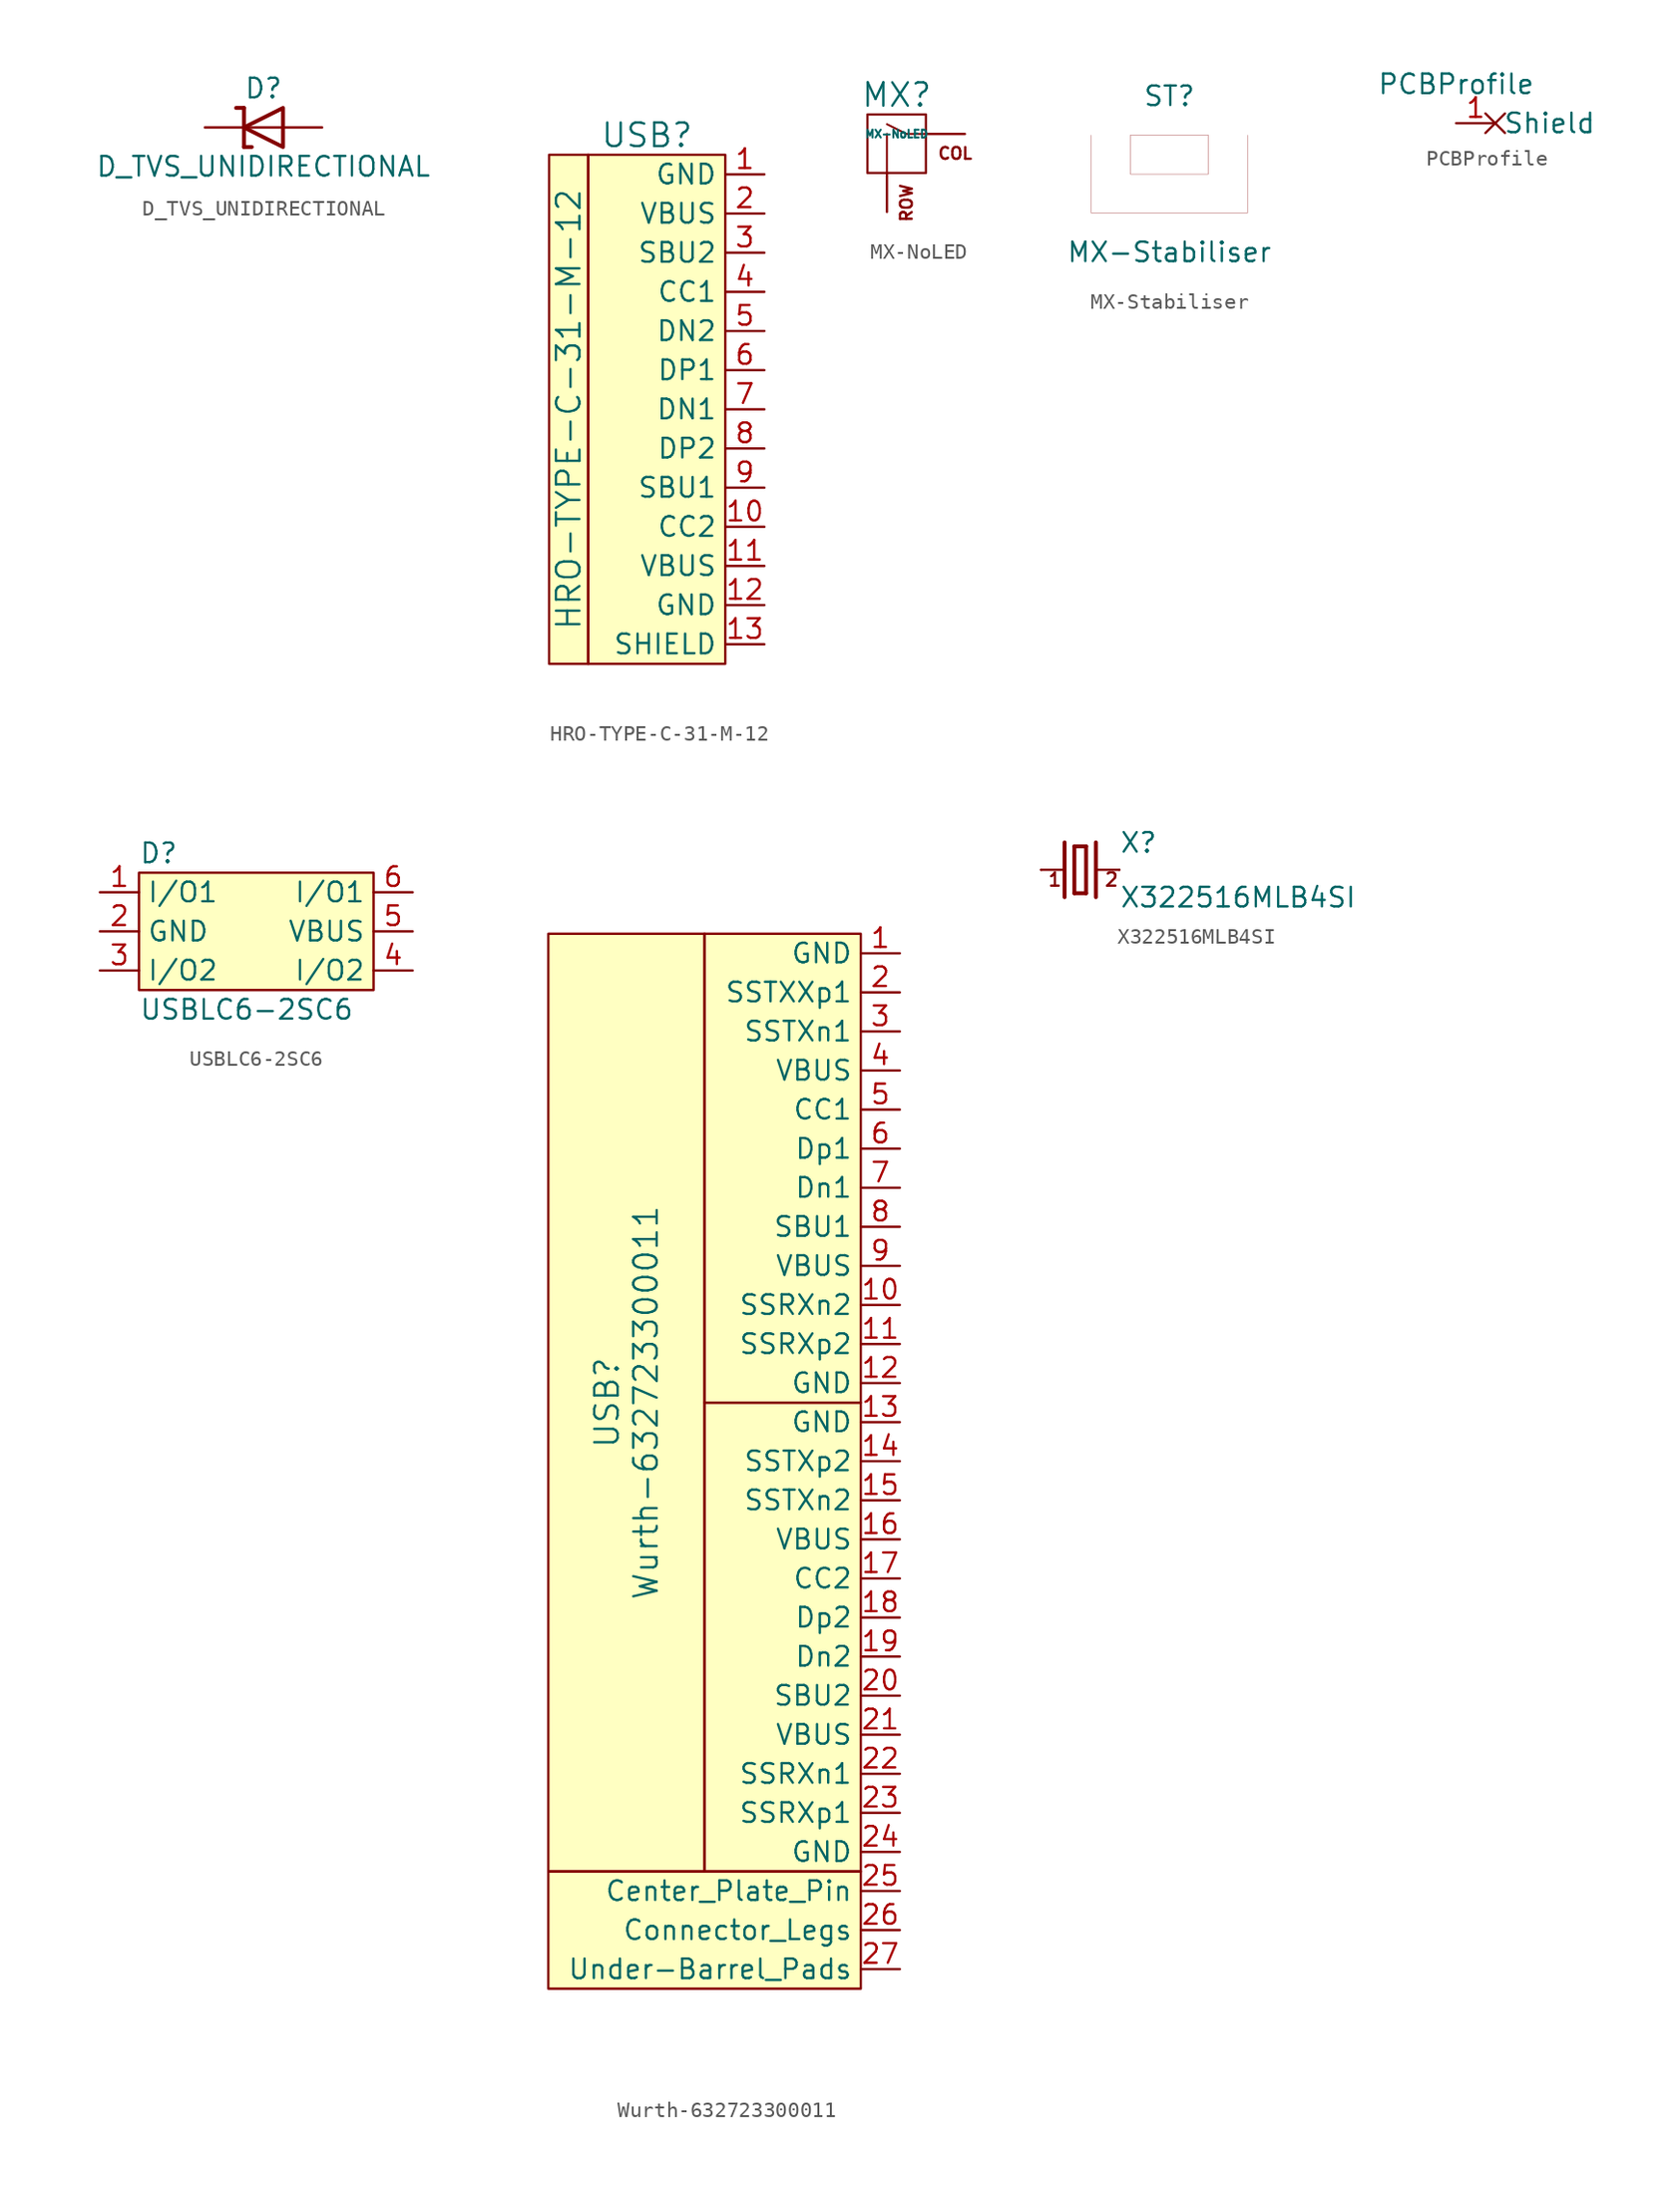
<source format=kicad_sym>
(kicad_symbol_lib
  (version 20200126)
  (host kicad_symbol_editor "(5.99.0-1918-g94cd0cf3a)")
  (symbol "BMEK:D_TVS_UNIDIRECTIONAL"
    (pin_numbers hide)
    (pin_names hide)
    (property "Reference" "D"
      (at 0 2.54 0)
      (effects (font (size 1.27 1.27))))
    (property "Value" "D_TVS_UNIDIRECTIONAL"
      (at 0 -2.54 0)
      (effects (font (size 1.27 1.27))))
    (symbol "D_TVS_UNIDIRECTIONAL_0_1"
      (polyline (pts (xy -1.27 1.27) (xy -1.27 -1.27)) (stroke (width 0.254)) (fill (type none)))
      (polyline (pts (xy 1.27 0) (xy -1.27 0)) (stroke (width 0)) (fill (type none)))
      (polyline (pts (xy 1.27 1.27) (xy 1.27 -1.27) (xy -1.27 0) (xy 1.27 1.27)) (stroke (width 0.254)) (fill (type none)))
      (polyline (pts (xy -1.27 1.27) (xy -1.778 1.27)) (stroke (width 0.254)) (fill (type none)))
      (polyline (pts (xy -1.27 -1.27) (xy -0.762 -1.27)) (stroke (width 0.254)) (fill (type none))))
    (symbol "D_TVS_UNIDIRECTIONAL_1_1"
      (pin passive line (at -3.81 0 0) (length 2.54) (name "K" (effects (font (size 1.27 1.27)))) (number "1" (effects (font (size 1.27 1.27)))))
      (pin passive line (at 3.81 0 180) (length 2.54) (name "A" (effects (font (size 1.27 1.27)))) (number "2" (effects (font (size 1.27 1.27)))))))
  (symbol "BMEK:HRO-TYPE-C-31-M-12"
    (property "Reference" "USB"
      (at -5.08 16.51 0)
      (effects (font (size 1.524 1.524))))
    (property "Value" "HRO-TYPE-C-31-M-12"
      (at -10.16 -1.27 90)
      (effects (font (size 1.524 1.524))))
    (symbol "HRO-TYPE-C-31-M-12_0_1"
      (rectangle (start -11.43 15.24) (end -8.89 -17.78) (stroke (width 0)) (fill (type background)))
      (rectangle (start 0 -17.78) (end -8.89 15.24) (stroke (width 0)) (fill (type background))))
    (symbol "HRO-TYPE-C-31-M-12_1_1"
      (pin input line (at 2.54 13.97 180) (length 2.54) (name "GND" (effects (font (size 1.27 1.27)))) (number "1" (effects (font (size 1.27 1.27)))))
      (pin input line (at 2.54 11.43 180) (length 2.54) (name "VBUS" (effects (font (size 1.27 1.27)))) (number "2" (effects (font (size 1.27 1.27)))))
      (pin input line (at 2.54 8.89 180) (length 2.54) (name "SBU2" (effects (font (size 1.27 1.27)))) (number "3" (effects (font (size 1.27 1.27)))))
      (pin input line (at 2.54 6.35 180) (length 2.54) (name "CC1" (effects (font (size 1.27 1.27)))) (number "4" (effects (font (size 1.27 1.27)))))
      (pin input line (at 2.54 3.81 180) (length 2.54) (name "DN2" (effects (font (size 1.27 1.27)))) (number "5" (effects (font (size 1.27 1.27)))))
      (pin input line (at 2.54 1.27 180) (length 2.54) (name "DP1" (effects (font (size 1.27 1.27)))) (number "6" (effects (font (size 1.27 1.27)))))
      (pin input line (at 2.54 -1.27 180) (length 2.54) (name "DN1" (effects (font (size 1.27 1.27)))) (number "7" (effects (font (size 1.27 1.27)))))
      (pin input line (at 2.54 -3.81 180) (length 2.54) (name "DP2" (effects (font (size 1.27 1.27)))) (number "8" (effects (font (size 1.27 1.27)))))
      (pin input line (at 2.54 -6.35 180) (length 2.54) (name "SBU1" (effects (font (size 1.27 1.27)))) (number "9" (effects (font (size 1.27 1.27)))))
      (pin input line (at 2.54 -8.89 180) (length 2.54) (name "CC2" (effects (font (size 1.27 1.27)))) (number "10" (effects (font (size 1.27 1.27)))))
      (pin input line (at 2.54 -11.43 180) (length 2.54) (name "VBUS" (effects (font (size 1.27 1.27)))) (number "11" (effects (font (size 1.27 1.27)))))
      (pin input line (at 2.54 -13.97 180) (length 2.54) (name "GND" (effects (font (size 1.27 1.27)))) (number "12" (effects (font (size 1.27 1.27)))))
      (pin input line (at 2.54 -16.51 180) (length 2.54) (name "SHIELD" (effects (font (size 1.27 1.27)))) (number "13" (effects (font (size 1.27 1.27)))))))
  (symbol "BMEK:MX-NoLED"
    (property "Reference" "MX"
      (at -0.635 3.81 0)
      (effects (font (size 1.524 1.524))))
    (property "Value" "MX-NoLED"
      (at -0.635 1.27 0)
      (effects (font (size 0.508 0.508))))
    (symbol "MX-NoLED_0_0"
      (text "COL" (at 3.175 0 0) (effects (font (size 0.762 0.762))))
      (text "ROW" (at 0 -1.905 900) (effects (font (size 0.762 0.762)) (justify right)))
      (rectangle (start -2.54 2.54) (end 1.27 -1.27) (stroke (width 0)) (fill (type none)))
      (polyline (pts (xy -1.27 -1.27) (xy -1.27 1.27)) (stroke (width 0.127)) (fill (type none)))
      (polyline (pts (xy 1.27 1.27) (xy 0 1.27) (xy -1.27 1.905)) (stroke (width 0.127)) (fill (type none))))
    (symbol "MX-NoLED_1_1"
      (pin passive line (at 3.81 1.27 180) (length 2.54) (name "COL" (effects (font (size 0 0)))) (number "1" (effects (font (size 0 0)))))
      (pin passive line (at -1.27 -3.81 90) (length 2.54) (name "ROW" (effects (font (size 0 0)))) (number "2" (effects (font (size 0 0)))))))
  (symbol "BMEK:MX-Stabiliser"
    (pin_numbers hide)
    (pin_names
      (offset 0) hide)
    (property "Reference" "ST"
      (at 0 5.08 0)
      (effects (font (size 1.27 1.27))))
    (property "Value" "MX-Stabiliser"
      (at 0 -5.08 0)
      (effects (font (size 1.27 1.27))))
    (symbol "MX-Stabiliser_0_1"
      (rectangle (start -2.54 2.54) (end 2.54 0) (stroke (width 0.001)) (fill (type none)))
      (polyline (pts (xy -5.08 2.54) (xy -5.08 -2.54) (xy 5.08 -2.54) (xy 5.08 2.54)) (stroke (width 0.001)) (fill (type none)))))
  (symbol "BMEK:PCBProfile"
    (property "Reference" "V"
      (at 7.62 2.54 0)
      (effects (font (size 1.27 1.27)) hide))
    (property "Value" "PCBProfile"
      (at 0 2.54 0)
      (effects (font (size 1.27 1.27))))
    (symbol "PCBProfile_0_0"
      (pin power_in non_logic (at 0 0 0) (length 2.54) (name "Shield" (effects (font (size 1.27 1.27)))) (number "1" (effects (font (size 1.27 1.27)))))))
  (symbol "BMEK:USBLC6-2SC6"
    (property "Reference" "D"
      (at -7.62 5.08 0)
      (effects (font (size 1.27 1.27)) (justify left)))
    (property "Value" "USBLC6-2SC6"
      (at -7.62 -5.08 0)
      (effects (font (size 1.27 1.27)) (justify left)))
    (symbol "USBLC6-2SC6_0_1"
      (rectangle (start -7.62 3.81) (end 7.62 -3.81) (stroke (width 0)) (fill (type background))))
    (symbol "USBLC6-2SC6_0_0"
      (pin passive line (at -10.16 2.54 0) (length 2.54) (name "I/O1" (effects (font (size 1.27 1.27)))) (number "1" (effects (font (size 1.27 1.27)))))
      (pin power_in line (at -10.16 0 0) (length 2.54) (name "GND" (effects (font (size 1.27 1.27)))) (number "2" (effects (font (size 1.27 1.27)))))
      (pin passive line (at -10.16 -2.54 0) (length 2.54) (name "I/O2" (effects (font (size 1.27 1.27)))) (number "3" (effects (font (size 1.27 1.27)))))
      (pin passive line (at 10.16 -2.54 180) (length 2.54) (name "I/O2" (effects (font (size 1.27 1.27)))) (number "4" (effects (font (size 1.27 1.27)))))
      (pin power_in line (at 10.16 0 180) (length 2.54) (name "VBUS" (effects (font (size 1.27 1.27)))) (number "5" (effects (font (size 1.27 1.27)))))
      (pin passive line (at 10.16 2.54 180) (length 2.54) (name "I/O1" (effects (font (size 1.27 1.27)))) (number "6" (effects (font (size 1.27 1.27)))))))
  (symbol "BMEK:Wurth-632723300011"
    (property "Reference" "USB"
      (at -16.51 0 90)
      (effects (font (size 1.524 1.524))))
    (property "Value" "Wurth-632723300011"
      (at -13.97 0 90)
      (effects (font (size 1.524 1.524))))
    (symbol "Wurth-632723300011_0_1"
      (rectangle (start -10.16 0) (end 0 -30.48) (stroke (width 0)) (fill (type background)))
      (rectangle (start -10.16 30.48) (end -20.32 -30.48) (stroke (width 0)) (fill (type background)))
      (rectangle (start 0 -30.48) (end -20.32 -38.1) (stroke (width 0)) (fill (type background)))
      (rectangle (start 0 0) (end -10.16 30.48) (stroke (width 0)) (fill (type background))))
    (symbol "Wurth-632723300011_1_1"
      (pin input line (at 2.54 29.21 180) (length 2.54) (name "GND" (effects (font (size 1.27 1.27)))) (number "1" (effects (font (size 1.27 1.27)))))
      (pin input line (at 2.54 26.67 180) (length 2.54) (name "SSTXXp1" (effects (font (size 1.27 1.27)))) (number "2" (effects (font (size 1.27 1.27)))))
      (pin input line (at 2.54 24.13 180) (length 2.54) (name "SSTXn1" (effects (font (size 1.27 1.27)))) (number "3" (effects (font (size 1.27 1.27)))))
      (pin input line (at 2.54 21.59 180) (length 2.54) (name "VBUS" (effects (font (size 1.27 1.27)))) (number "4" (effects (font (size 1.27 1.27)))))
      (pin input line (at 2.54 19.05 180) (length 2.54) (name "CC1" (effects (font (size 1.27 1.27)))) (number "5" (effects (font (size 1.27 1.27)))))
      (pin input line (at 2.54 16.51 180) (length 2.54) (name "Dp1" (effects (font (size 1.27 1.27)))) (number "6" (effects (font (size 1.27 1.27)))))
      (pin input line (at 2.54 13.97 180) (length 2.54) (name "Dn1" (effects (font (size 1.27 1.27)))) (number "7" (effects (font (size 1.27 1.27)))))
      (pin input line (at 2.54 11.43 180) (length 2.54) (name "SBU1" (effects (font (size 1.27 1.27)))) (number "8" (effects (font (size 1.27 1.27)))))
      (pin input line (at 2.54 8.89 180) (length 2.54) (name "VBUS" (effects (font (size 1.27 1.27)))) (number "9" (effects (font (size 1.27 1.27)))))
      (pin input line (at 2.54 6.35 180) (length 2.54) (name "SSRXn2" (effects (font (size 1.27 1.27)))) (number "10" (effects (font (size 1.27 1.27)))))
      (pin input line (at 2.54 -19.05 180) (length 2.54) (name "SBU2" (effects (font (size 1.27 1.27)))) (number "20" (effects (font (size 1.27 1.27)))))
      (pin input line (at 2.54 3.81 180) (length 2.54) (name "SSRXp2" (effects (font (size 1.27 1.27)))) (number "11" (effects (font (size 1.27 1.27)))))
      (pin input line (at 2.54 -21.59 180) (length 2.54) (name "VBUS" (effects (font (size 1.27 1.27)))) (number "21" (effects (font (size 1.27 1.27)))))
      (pin input line (at 2.54 1.27 180) (length 2.54) (name "GND" (effects (font (size 1.27 1.27)))) (number "12" (effects (font (size 1.27 1.27)))))
      (pin input line (at 2.54 -24.13 180) (length 2.54) (name "SSRXn1" (effects (font (size 1.27 1.27)))) (number "22" (effects (font (size 1.27 1.27)))))
      (pin input line (at 2.54 -1.27 180) (length 2.54) (name "GND" (effects (font (size 1.27 1.27)))) (number "13" (effects (font (size 1.27 1.27)))))
      (pin input line (at 2.54 -26.67 180) (length 2.54) (name "SSRXp1" (effects (font (size 1.27 1.27)))) (number "23" (effects (font (size 1.27 1.27)))))
      (pin input line (at 2.54 -3.81 180) (length 2.54) (name "SSTXp2" (effects (font (size 1.27 1.27)))) (number "14" (effects (font (size 1.27 1.27)))))
      (pin input line (at 2.54 -29.21 180) (length 2.54) (name "GND" (effects (font (size 1.27 1.27)))) (number "24" (effects (font (size 1.27 1.27)))))
      (pin input line (at 2.54 -6.35 180) (length 2.54) (name "SSTXn2" (effects (font (size 1.27 1.27)))) (number "15" (effects (font (size 1.27 1.27)))))
      (pin input line (at 2.54 -31.75 180) (length 2.54) (name "Center_Plate_Pin" (effects (font (size 1.27 1.27)))) (number "25" (effects (font (size 1.27 1.27)))))
      (pin input line (at 2.54 -8.89 180) (length 2.54) (name "VBUS" (effects (font (size 1.27 1.27)))) (number "16" (effects (font (size 1.27 1.27)))))
      (pin input line (at 2.54 -34.29 180) (length 2.54) (name "Connector_Legs" (effects (font (size 1.27 1.27)))) (number "26" (effects (font (size 1.27 1.27)))))
      (pin input line (at 2.54 -11.43 180) (length 2.54) (name "CC2" (effects (font (size 1.27 1.27)))) (number "17" (effects (font (size 1.27 1.27)))))
      (pin input line (at 2.54 -36.83 180) (length 2.54) (name "Under-Barrel_Pads" (effects (font (size 1.27 1.27)))) (number "27" (effects (font (size 1.27 1.27)))))
      (pin input line (at 2.54 -13.97 180) (length 2.54) (name "Dp2" (effects (font (size 1.27 1.27)))) (number "18" (effects (font (size 1.27 1.27)))))
      (pin input line (at 2.54 -16.51 180) (length 2.54) (name "Dn2" (effects (font (size 1.27 1.27)))) (number "19" (effects (font (size 1.27 1.27)))))))
  (symbol "BMEK:X322516MLB4SI"
    (pin_numbers hide)
    (pin_names hide)
    (property "Reference" "X"
      (at 2.54 1.016 0)
      (effects (font (size 1.27 1.27)) (justify left bottom)))
    (property "Value" "X322516MLB4SI"
      (at 2.54 -2.54 0)
      (effects (font (size 1.27 1.27)) (justify left bottom)))
    (property "ki_locked" ""
      (at 0 0 0)
      (effects (font (size 1.27 1.27))))
    (symbol "X322516MLB4SI_0_0"
      (text "1" (at -2.159 -1.143 0) (effects (font (size 0.864 0.864)) (justify left bottom)))
      (text "2" (at 1.524 -1.143 0) (effects (font (size 0.864 0.864)) (justify left bottom)))
      (polyline (pts (xy 1.016 0) (xy 2.54 0)) (stroke (width 0.152)) (fill (type none)))
      (polyline (pts (xy -2.54 0) (xy -1.016 0)) (stroke (width 0.152)) (fill (type none)))
      (polyline (pts (xy -0.381 1.524) (xy -0.381 -1.524)) (stroke (width 0.254)) (fill (type none)))
      (polyline (pts (xy -0.381 -1.524) (xy 0.381 -1.524)) (stroke (width 0.254)) (fill (type none)))
      (polyline (pts (xy 0.381 -1.524) (xy 0.381 1.524)) (stroke (width 0.254)) (fill (type none)))
      (polyline (pts (xy 0.381 1.524) (xy -0.381 1.524)) (stroke (width 0.254)) (fill (type none)))
      (polyline (pts (xy 1.016 1.778) (xy 1.016 -1.778)) (stroke (width 0.254)) (fill (type none)))
      (polyline (pts (xy -1.016 1.778) (xy -1.016 -1.778)) (stroke (width 0.254)) (fill (type none)))
      (pin passive line (at 2.54 0 180) (length 0) (name "2" (effects (font (size 1.016 1.016)))) (number "3" (effects (font (size 1.016 1.016)))))
      (pin passive line (at -2.54 0 0) (length 0) (name "1" (effects (font (size 1.016 1.016)))) (number "1" (effects (font (size 1.016 1.016))))))))
</source>
